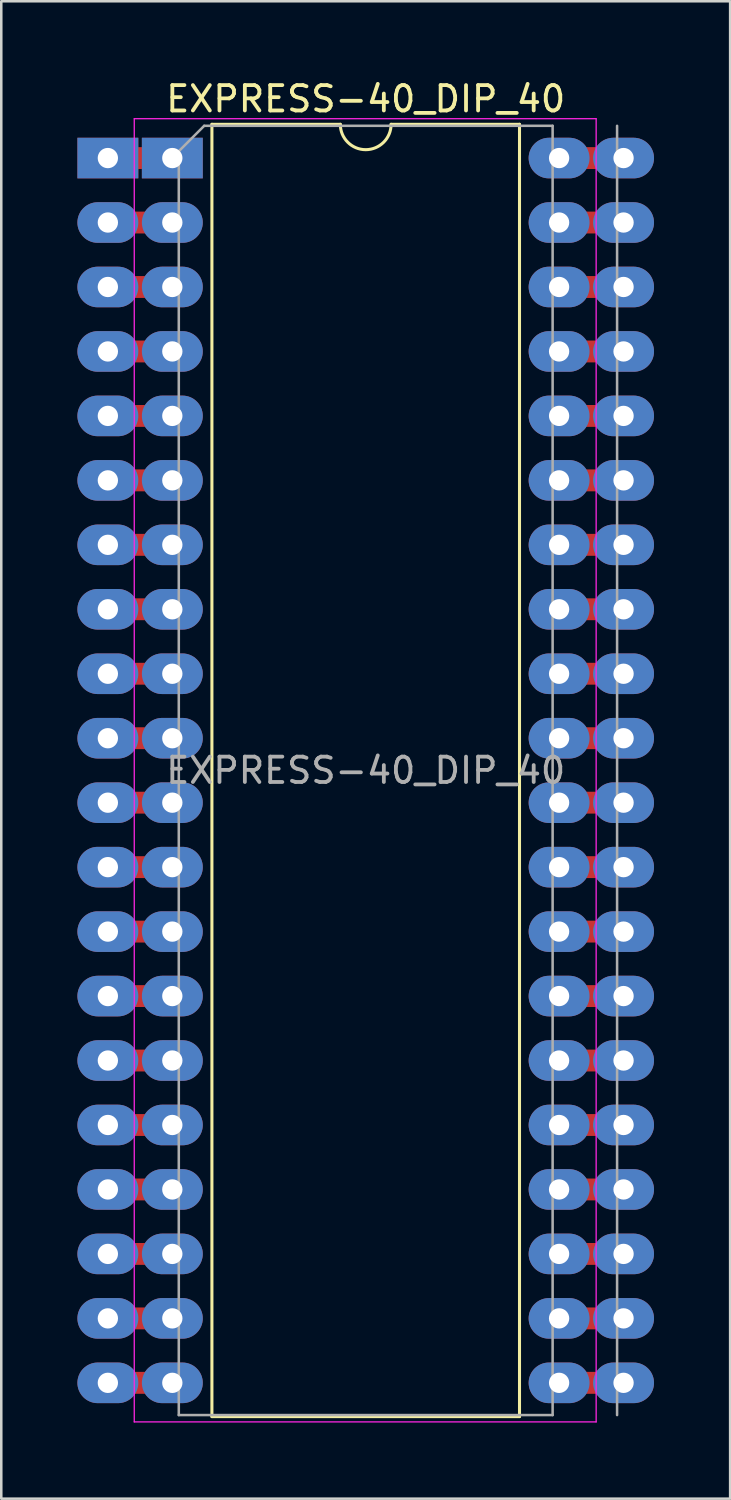
<source format=kicad_pcb>
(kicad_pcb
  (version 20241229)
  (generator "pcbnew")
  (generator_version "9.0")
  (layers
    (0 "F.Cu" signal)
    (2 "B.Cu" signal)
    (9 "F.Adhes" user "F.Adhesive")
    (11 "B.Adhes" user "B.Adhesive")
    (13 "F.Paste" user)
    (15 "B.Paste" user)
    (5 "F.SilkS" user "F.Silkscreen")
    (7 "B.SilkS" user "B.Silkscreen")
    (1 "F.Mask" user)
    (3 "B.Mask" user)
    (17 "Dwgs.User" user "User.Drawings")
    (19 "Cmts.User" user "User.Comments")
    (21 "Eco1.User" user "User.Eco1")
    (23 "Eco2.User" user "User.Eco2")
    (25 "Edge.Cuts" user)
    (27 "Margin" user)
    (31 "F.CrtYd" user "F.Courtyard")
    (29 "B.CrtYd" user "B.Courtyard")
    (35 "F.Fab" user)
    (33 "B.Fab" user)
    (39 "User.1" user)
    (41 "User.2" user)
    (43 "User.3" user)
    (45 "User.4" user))
  (footprint "EXPRESS-40_DIP_40"
    (layer "F.Cu")
    (at 3.74 3.178)
    (property "Reference" "EXPRESS-40_DIP_40" (at 7.62 -2.33 0) (layer "F.SilkS") (effects (font (size 1 1) (thickness 0.15))))
    (attr through_hole)
    (fp_poly (pts (xy -0.635 0.381) (xy -1.905 0.381) (xy -1.905 -0.381) (xy -0.635 -0.381)) (stroke (width 0.1) (type solid)) (fill yes) (layer "F.Cu"))
    (fp_poly (pts (xy -0.635 2.921) (xy -1.905 2.921) (xy -1.905 2.159) (xy -0.635 2.159)) (stroke (width 0.1) (type solid)) (fill yes) (layer "F.Cu"))
    (fp_poly (pts (xy -0.635 5.461) (xy -1.905 5.461) (xy -1.905 4.699) (xy -0.635 4.699)) (stroke (width 0.1) (type solid)) (fill yes) (layer "F.Cu"))
    (fp_poly (pts (xy -0.635 8.001) (xy -1.905 8.001) (xy -1.905 7.239) (xy -0.635 7.239)) (stroke (width 0.1) (type solid)) (fill yes) (layer "F.Cu"))
    (fp_poly (pts (xy -0.635 10.541) (xy -1.905 10.541) (xy -1.905 9.779) (xy -0.635 9.779)) (stroke (width 0.1) (type solid)) (fill yes) (layer "F.Cu"))
    (fp_poly (pts (xy -0.635 13.081) (xy -1.905 13.081) (xy -1.905 12.319) (xy -0.635 12.319)) (stroke (width 0.1) (type solid)) (fill yes) (layer "F.Cu"))
    (fp_poly (pts (xy -0.635 15.621) (xy -1.905 15.621) (xy -1.905 14.859) (xy -0.635 14.859)) (stroke (width 0.1) (type solid)) (fill yes) (layer "F.Cu"))
    (fp_poly (pts (xy -0.635 18.161) (xy -1.905 18.161) (xy -1.905 17.399) (xy -0.635 17.399)) (stroke (width 0.1) (type solid)) (fill yes) (layer "F.Cu"))
    (fp_poly (pts (xy -0.635 20.701) (xy -1.905 20.701) (xy -1.905 19.939) (xy -0.635 19.939)) (stroke (width 0.1) (type solid)) (fill yes) (layer "F.Cu"))
    (fp_poly (pts (xy -0.635 23.241) (xy -1.905 23.241) (xy -1.905 22.479) (xy -0.635 22.479)) (stroke (width 0.1) (type solid)) (fill yes) (layer "F.Cu"))
    (fp_poly (pts (xy -0.635 25.781) (xy -1.905 25.781) (xy -1.905 25.019) (xy -0.635 25.019)) (stroke (width 0.1) (type solid)) (fill yes) (layer "F.Cu"))
    (fp_poly (pts (xy -0.635 28.321) (xy -1.905 28.321) (xy -1.905 27.559) (xy -0.635 27.559)) (stroke (width 0.1) (type solid)) (fill yes) (layer "F.Cu"))
    (fp_poly (pts (xy -0.635 30.861) (xy -1.905 30.861) (xy -1.905 30.099) (xy -0.635 30.099)) (stroke (width 0.1) (type solid)) (fill yes) (layer "F.Cu"))
    (fp_poly (pts (xy -0.635 33.401) (xy -1.905 33.401) (xy -1.905 32.639) (xy -0.635 32.639)) (stroke (width 0.1) (type solid)) (fill yes) (layer "F.Cu"))
    (fp_poly (pts (xy -0.635 35.941) (xy -1.905 35.941) (xy -1.905 35.179) (xy -0.635 35.179)) (stroke (width 0.1) (type solid)) (fill yes) (layer "F.Cu"))
    (fp_poly (pts (xy -0.635 38.481) (xy -1.905 38.481) (xy -1.905 37.719) (xy -0.635 37.719)) (stroke (width 0.1) (type solid)) (fill yes) (layer "F.Cu"))
    (fp_poly (pts (xy -0.635 41.021) (xy -1.905 41.021) (xy -1.905 40.259) (xy -0.635 40.259)) (stroke (width 0.1) (type solid)) (fill yes) (layer "F.Cu"))
    (fp_poly (pts (xy -0.635 43.561) (xy -1.905 43.561) (xy -1.905 42.799) (xy -0.635 42.799)) (stroke (width 0.1) (type solid)) (fill yes) (layer "F.Cu"))
    (fp_poly (pts (xy -0.635 46.101) (xy -1.905 46.101) (xy -1.905 45.339) (xy -0.635 45.339)) (stroke (width 0.1) (type solid)) (fill yes) (layer "F.Cu"))
    (fp_poly (pts (xy -0.635 48.641) (xy -1.905 48.641) (xy -1.905 47.879) (xy -0.635 47.879)) (stroke (width 0.1) (type solid)) (fill yes) (layer "F.Cu"))
    (fp_poly (pts (xy 17.145 0.381) (xy 15.875 0.381) (xy 15.875 -0.381) (xy 17.145 -0.381)) (stroke (width 0.1) (type solid)) (fill yes) (layer "F.Cu"))
    (fp_poly (pts (xy 17.145 2.921) (xy 15.875 2.921) (xy 15.875 2.159) (xy 17.145 2.159)) (stroke (width 0.1) (type solid)) (fill yes) (layer "F.Cu"))
    (fp_poly (pts (xy 17.145 5.461) (xy 15.875 5.461) (xy 15.875 4.699) (xy 17.145 4.699)) (stroke (width 0.1) (type solid)) (fill yes) (layer "F.Cu"))
    (fp_poly (pts (xy 17.145 8.001) (xy 15.875 8.001) (xy 15.875 7.239) (xy 17.145 7.239)) (stroke (width 0.1) (type solid)) (fill yes) (layer "F.Cu"))
    (fp_poly (pts (xy 17.145 10.541) (xy 15.875 10.541) (xy 15.875 9.779) (xy 17.145 9.779)) (stroke (width 0.1) (type solid)) (fill yes) (layer "F.Cu"))
    (fp_poly (pts (xy 17.145 13.081) (xy 15.875 13.081) (xy 15.875 12.319) (xy 17.145 12.319)) (stroke (width 0.1) (type solid)) (fill yes) (layer "F.Cu"))
    (fp_poly (pts (xy 17.145 15.621) (xy 15.875 15.621) (xy 15.875 14.859) (xy 17.145 14.859)) (stroke (width 0.1) (type solid)) (fill yes) (layer "F.Cu"))
    (fp_poly (pts (xy 17.145 18.161) (xy 15.875 18.161) (xy 15.875 17.399) (xy 17.145 17.399)) (stroke (width 0.1) (type solid)) (fill yes) (layer "F.Cu"))
    (fp_poly (pts (xy 17.145 20.701) (xy 15.875 20.701) (xy 15.875 19.939) (xy 17.145 19.939)) (stroke (width 0.1) (type solid)) (fill yes) (layer "F.Cu"))
    (fp_poly (pts (xy 17.145 23.241) (xy 15.875 23.241) (xy 15.875 22.479) (xy 17.145 22.479)) (stroke (width 0.1) (type solid)) (fill yes) (layer "F.Cu"))
    (fp_poly (pts (xy 17.145 25.781) (xy 15.875 25.781) (xy 15.875 25.019) (xy 17.145 25.019)) (stroke (width 0.1) (type solid)) (fill yes) (layer "F.Cu"))
    (fp_poly (pts (xy 17.145 28.321) (xy 15.875 28.321) (xy 15.875 27.559) (xy 17.145 27.559)) (stroke (width 0.1) (type solid)) (fill yes) (layer "F.Cu"))
    (fp_poly (pts (xy 17.145 30.861) (xy 15.875 30.861) (xy 15.875 30.099) (xy 17.145 30.099)) (stroke (width 0.1) (type solid)) (fill yes) (layer "F.Cu"))
    (fp_poly (pts (xy 17.145 33.401) (xy 15.875 33.401) (xy 15.875 32.639) (xy 17.145 32.639)) (stroke (width 0.1) (type solid)) (fill yes) (layer "F.Cu"))
    (fp_poly (pts (xy 17.145 35.941) (xy 15.875 35.941) (xy 15.875 35.179) (xy 17.145 35.179)) (stroke (width 0.1) (type solid)) (fill yes) (layer "F.Cu"))
    (fp_poly (pts (xy 17.145 38.481) (xy 15.875 38.481) (xy 15.875 37.719) (xy 17.145 37.719)) (stroke (width 0.1) (type solid)) (fill yes) (layer "F.Cu"))
    (fp_poly (pts (xy 17.145 41.021) (xy 15.875 41.021) (xy 15.875 40.259) (xy 17.145 40.259)) (stroke (width 0.1) (type solid)) (fill yes) (layer "F.Cu"))
    (fp_poly (pts (xy 17.145 43.561) (xy 15.875 43.561) (xy 15.875 42.799) (xy 17.145 42.799)) (stroke (width 0.1) (type solid)) (fill yes) (layer "F.Cu"))
    (fp_poly (pts (xy 17.145 46.101) (xy 15.875 46.101) (xy 15.875 45.339) (xy 17.145 45.339)) (stroke (width 0.1) (type solid)) (fill yes) (layer "F.Cu"))
    (fp_poly (pts (xy 17.145 48.641) (xy 15.875 48.641) (xy 15.875 47.879) (xy 17.145 47.879)) (stroke (width 0.1) (type solid)) (fill yes) (layer "F.Cu"))
    (fp_line (start 1.56 -1.33) (end 1.56 49.59) (stroke (width 0.12) (type solid)) (layer "F.SilkS"))
    (fp_line (start 1.56 49.59) (end 13.68 49.59) (stroke (width 0.12) (type solid)) (layer "F.SilkS"))
    (fp_line (start 6.62 -1.33) (end 1.56 -1.33) (stroke (width 0.12) (type solid)) (layer "F.SilkS"))
    (fp_line (start 13.68 -1.33) (end 8.62 -1.33) (stroke (width 0.12) (type solid)) (layer "F.SilkS"))
    (fp_line (start 13.68 49.59) (end 13.68 -1.33) (stroke (width 0.12) (type solid)) (layer "F.SilkS"))
    (fp_arc (start 8.62 -1.33) (mid 7.62 -0.33) (end 6.62 -1.33) (stroke (width 0.12) (type solid)) (layer "F.SilkS"))
    (fp_line (start -1.5 -1.55) (end -1.5 49.8) (stroke (width 0.05) (type solid)) (layer "F.CrtYd"))
    (fp_line (start -1.5 49.8) (end 16.7 49.8) (stroke (width 0.05) (type solid)) (layer "F.CrtYd"))
    (fp_line (start 16.7 -1.55) (end -1.5 -1.55) (stroke (width 0.05) (type solid)) (layer "F.CrtYd"))
    (fp_line (start 16.7 49.8) (end 16.7 -1.55) (stroke (width 0.05) (type solid)) (layer "F.CrtYd"))
    (fp_line (start 0.255 -0.27) (end 1.255 -1.27) (stroke (width 0.1) (type solid)) (layer "F.Fab"))
    (fp_line (start 0.255 49.53) (end 0.255 -0.27) (stroke (width 0.1) (type solid)) (layer "F.Fab"))
    (fp_line (start 1.255 -1.27) (end 14.985 -1.27) (stroke (width 0.1) (type solid)) (layer "F.Fab"))
    (fp_line (start 14.985 -1.27) (end 14.985 49.53) (stroke (width 0.1) (type solid)) (layer "F.Fab"))
    (fp_line (start 14.985 49.53) (end 0.255 49.53) (stroke (width 0.1) (type solid)) (layer "F.Fab"))
    (fp_line (start 17.525 -1.27) (end 17.525 49.53) (stroke (width 0.1) (type solid)) (layer "F.Fab"))
    (fp_text user "${REFERENCE}" (at 7.62 24.13 0) (layer "F.Fab") (effects (font (size 1 1) (thickness 0.15))))
    (pad "1" thru_hole rect (at -2.54 0) (size 2.4 1.6) (drill 0.8) (layers "*.Cu" "*.Mask"))
    (pad "1" thru_hole rect (at 0 0) (size 2.4 1.6) (drill 0.8) (layers "*.Cu" "*.Mask"))
    (pad "2" thru_hole oval (at -2.54 2.54) (size 2.4 1.6) (drill 0.8) (layers "*.Cu" "*.Mask"))
    (pad "2" thru_hole oval (at 0 2.54) (size 2.4 1.6) (drill 0.8) (layers "*.Cu" "*.Mask"))
    (pad "3" thru_hole oval (at -2.54 5.08) (size 2.4 1.6) (drill 0.8) (layers "*.Cu" "*.Mask"))
    (pad "3" thru_hole oval (at 0 5.08) (size 2.4 1.6) (drill 0.8) (layers "*.Cu" "*.Mask"))
    (pad "4" thru_hole oval (at -2.54 7.62) (size 2.4 1.6) (drill 0.8) (layers "*.Cu" "*.Mask"))
    (pad "4" thru_hole oval (at 0 7.62) (size 2.4 1.6) (drill 0.8) (layers "*.Cu" "*.Mask"))
    (pad "5" thru_hole oval (at -2.54 10.16) (size 2.4 1.6) (drill 0.8) (layers "*.Cu" "*.Mask"))
    (pad "5" thru_hole oval (at 0 10.16) (size 2.4 1.6) (drill 0.8) (layers "*.Cu" "*.Mask"))
    (pad "6" thru_hole oval (at -2.54 12.7) (size 2.4 1.6) (drill 0.8) (layers "*.Cu" "*.Mask"))
    (pad "6" thru_hole oval (at 0 12.7) (size 2.4 1.6) (drill 0.8) (layers "*.Cu" "*.Mask"))
    (pad "7" thru_hole oval (at -2.54 15.24) (size 2.4 1.6) (drill 0.8) (layers "*.Cu" "*.Mask"))
    (pad "7" thru_hole oval (at 0 15.24) (size 2.4 1.6) (drill 0.8) (layers "*.Cu" "*.Mask"))
    (pad "8" thru_hole oval (at -2.54 17.78) (size 2.4 1.6) (drill 0.8) (layers "*.Cu" "*.Mask"))
    (pad "8" thru_hole oval (at 0 17.78) (size 2.4 1.6) (drill 0.8) (layers "*.Cu" "*.Mask"))
    (pad "9" thru_hole oval (at -2.54 20.32) (size 2.4 1.6) (drill 0.8) (layers "*.Cu" "*.Mask"))
    (pad "9" thru_hole oval (at 0 20.32) (size 2.4 1.6) (drill 0.8) (layers "*.Cu" "*.Mask"))
    (pad "10" thru_hole oval (at -2.54 22.86) (size 2.4 1.6) (drill 0.8) (layers "*.Cu" "*.Mask"))
    (pad "10" thru_hole oval (at 0 22.86) (size 2.4 1.6) (drill 0.8) (layers "*.Cu" "*.Mask"))
    (pad "11" thru_hole oval (at -2.54 25.4) (size 2.4 1.6) (drill 0.8) (layers "*.Cu" "*.Mask"))
    (pad "11" thru_hole oval (at 0 25.4) (size 2.4 1.6) (drill 0.8) (layers "*.Cu" "*.Mask"))
    (pad "12" thru_hole oval (at -2.54 27.94) (size 2.4 1.6) (drill 0.8) (layers "*.Cu" "*.Mask"))
    (pad "12" thru_hole oval (at 0 27.94) (size 2.4 1.6) (drill 0.8) (layers "*.Cu" "*.Mask"))
    (pad "13" thru_hole oval (at -2.54 30.48) (size 2.4 1.6) (drill 0.8) (layers "*.Cu" "*.Mask"))
    (pad "13" thru_hole oval (at 0 30.48) (size 2.4 1.6) (drill 0.8) (layers "*.Cu" "*.Mask"))
    (pad "14" thru_hole oval (at -2.54 33.02) (size 2.4 1.6) (drill 0.8) (layers "*.Cu" "*.Mask"))
    (pad "14" thru_hole oval (at 0 33.02) (size 2.4 1.6) (drill 0.8) (layers "*.Cu" "*.Mask"))
    (pad "15" thru_hole oval (at -2.54 35.56) (size 2.4 1.6) (drill 0.8) (layers "*.Cu" "*.Mask"))
    (pad "15" thru_hole oval (at 0 35.56) (size 2.4 1.6) (drill 0.8) (layers "*.Cu" "*.Mask"))
    (pad "16" thru_hole oval (at -2.54 38.1) (size 2.4 1.6) (drill 0.8) (layers "*.Cu" "*.Mask"))
    (pad "16" thru_hole oval (at 0 38.1) (size 2.4 1.6) (drill 0.8) (layers "*.Cu" "*.Mask"))
    (pad "17" thru_hole oval (at -2.54 40.64) (size 2.4 1.6) (drill 0.8) (layers "*.Cu" "*.Mask"))
    (pad "17" thru_hole oval (at 0 40.64) (size 2.4 1.6) (drill 0.8) (layers "*.Cu" "*.Mask"))
    (pad "18" thru_hole oval (at -2.54 43.18) (size 2.4 1.6) (drill 0.8) (layers "*.Cu" "*.Mask"))
    (pad "18" thru_hole oval (at 0 43.18) (size 2.4 1.6) (drill 0.8) (layers "*.Cu" "*.Mask"))
    (pad "19" thru_hole oval (at -2.54 45.72) (size 2.4 1.6) (drill 0.8) (layers "*.Cu" "*.Mask"))
    (pad "19" thru_hole oval (at 0 45.72) (size 2.4 1.6) (drill 0.8) (layers "*.Cu" "*.Mask"))
    (pad "20" thru_hole oval (at -2.54 48.26) (size 2.4 1.6) (drill 0.8) (layers "*.Cu" "*.Mask"))
    (pad "20" thru_hole oval (at 0 48.26) (size 2.4 1.6) (drill 0.8) (layers "*.Cu" "*.Mask"))
    (pad "21" thru_hole oval (at 15.24 48.26) (size 2.4 1.6) (drill 0.8) (layers "*.Cu" "*.Mask"))
    (pad "21" thru_hole oval (at 17.78 48.26) (size 2.4 1.6) (drill 0.8) (layers "*.Cu" "*.Mask"))
    (pad "22" thru_hole oval (at 15.24 45.72) (size 2.4 1.6) (drill 0.8) (layers "*.Cu" "*.Mask"))
    (pad "22" thru_hole oval (at 17.78 45.72) (size 2.4 1.6) (drill 0.8) (layers "*.Cu" "*.Mask"))
    (pad "23" thru_hole oval (at 15.24 43.18) (size 2.4 1.6) (drill 0.8) (layers "*.Cu" "*.Mask"))
    (pad "23" thru_hole oval (at 17.78 43.18) (size 2.4 1.6) (drill 0.8) (layers "*.Cu" "*.Mask"))
    (pad "24" thru_hole oval (at 15.24 40.64) (size 2.4 1.6) (drill 0.8) (layers "*.Cu" "*.Mask"))
    (pad "24" thru_hole oval (at 17.78 40.64) (size 2.4 1.6) (drill 0.8) (layers "*.Cu" "*.Mask"))
    (pad "25" thru_hole oval (at 15.24 38.1) (size 2.4 1.6) (drill 0.8) (layers "*.Cu" "*.Mask"))
    (pad "25" thru_hole oval (at 17.78 38.1) (size 2.4 1.6) (drill 0.8) (layers "*.Cu" "*.Mask"))
    (pad "26" thru_hole oval (at 15.24 35.56) (size 2.4 1.6) (drill 0.8) (layers "*.Cu" "*.Mask"))
    (pad "26" thru_hole oval (at 17.78 35.56) (size 2.4 1.6) (drill 0.8) (layers "*.Cu" "*.Mask"))
    (pad "27" thru_hole oval (at 15.24 33.02) (size 2.4 1.6) (drill 0.8) (layers "*.Cu" "*.Mask"))
    (pad "27" thru_hole oval (at 17.78 33.02) (size 2.4 1.6) (drill 0.8) (layers "*.Cu" "*.Mask"))
    (pad "28" thru_hole oval (at 15.24 30.48) (size 2.4 1.6) (drill 0.8) (layers "*.Cu" "*.Mask"))
    (pad "28" thru_hole oval (at 17.78 30.48) (size 2.4 1.6) (drill 0.8) (layers "*.Cu" "*.Mask"))
    (pad "29" thru_hole oval (at 15.24 27.94) (size 2.4 1.6) (drill 0.8) (layers "*.Cu" "*.Mask"))
    (pad "29" thru_hole oval (at 17.78 27.94) (size 2.4 1.6) (drill 0.8) (layers "*.Cu" "*.Mask"))
    (pad "30" thru_hole oval (at 15.24 25.4) (size 2.4 1.6) (drill 0.8) (layers "*.Cu" "*.Mask"))
    (pad "30" thru_hole oval (at 17.78 25.4) (size 2.4 1.6) (drill 0.8) (layers "*.Cu" "*.Mask"))
    (pad "31" thru_hole oval (at 15.24 22.86) (size 2.4 1.6) (drill 0.8) (layers "*.Cu" "*.Mask"))
    (pad "31" thru_hole oval (at 17.78 22.86) (size 2.4 1.6) (drill 0.8) (layers "*.Cu" "*.Mask"))
    (pad "32" thru_hole oval (at 15.24 20.32) (size 2.4 1.6) (drill 0.8) (layers "*.Cu" "*.Mask"))
    (pad "32" thru_hole oval (at 17.78 20.32) (size 2.4 1.6) (drill 0.8) (layers "*.Cu" "*.Mask"))
    (pad "33" thru_hole oval (at 15.24 17.78) (size 2.4 1.6) (drill 0.8) (layers "*.Cu" "*.Mask"))
    (pad "33" thru_hole oval (at 17.78 17.78) (size 2.4 1.6) (drill 0.8) (layers "*.Cu" "*.Mask"))
    (pad "34" thru_hole oval (at 15.24 15.24) (size 2.4 1.6) (drill 0.8) (layers "*.Cu" "*.Mask"))
    (pad "34" thru_hole oval (at 17.78 15.24) (size 2.4 1.6) (drill 0.8) (layers "*.Cu" "*.Mask"))
    (pad "35" thru_hole oval (at 15.24 12.7) (size 2.4 1.6) (drill 0.8) (layers "*.Cu" "*.Mask"))
    (pad "35" thru_hole oval (at 17.78 12.7) (size 2.4 1.6) (drill 0.8) (layers "*.Cu" "*.Mask"))
    (pad "36" thru_hole oval (at 15.24 10.16) (size 2.4 1.6) (drill 0.8) (layers "*.Cu" "*.Mask"))
    (pad "36" thru_hole oval (at 17.78 10.16) (size 2.4 1.6) (drill 0.8) (layers "*.Cu" "*.Mask"))
    (pad "37" thru_hole oval (at 15.24 7.62) (size 2.4 1.6) (drill 0.8) (layers "*.Cu" "*.Mask"))
    (pad "37" thru_hole oval (at 17.78 7.62) (size 2.4 1.6) (drill 0.8) (layers "*.Cu" "*.Mask"))
    (pad "38" thru_hole oval (at 15.24 5.08) (size 2.4 1.6) (drill 0.8) (layers "*.Cu" "*.Mask"))
    (pad "38" thru_hole oval (at 17.78 5.08) (size 2.4 1.6) (drill 0.8) (layers "*.Cu" "*.Mask"))
    (pad "39" thru_hole oval (at 15.24 2.54) (size 2.4 1.6) (drill 0.8) (layers "*.Cu" "*.Mask"))
    (pad "39" thru_hole oval (at 17.78 2.54) (size 2.4 1.6) (drill 0.8) (layers "*.Cu" "*.Mask"))
    (pad "40" thru_hole oval (at 15.24 0) (size 2.4 1.6) (drill 0.8) (layers "*.Cu" "*.Mask"))
    (pad "40" thru_hole oval (at 17.78 0) (size 2.4 1.6) (drill 0.8) (layers "*.Cu" "*.Mask")))
  (gr_rect
    (start -3 -3)
    (end 25.72 56.003)
    (stroke (width 0.1) (type default))
    (fill no)
    (layer "Edge.Cuts")))
</source>
